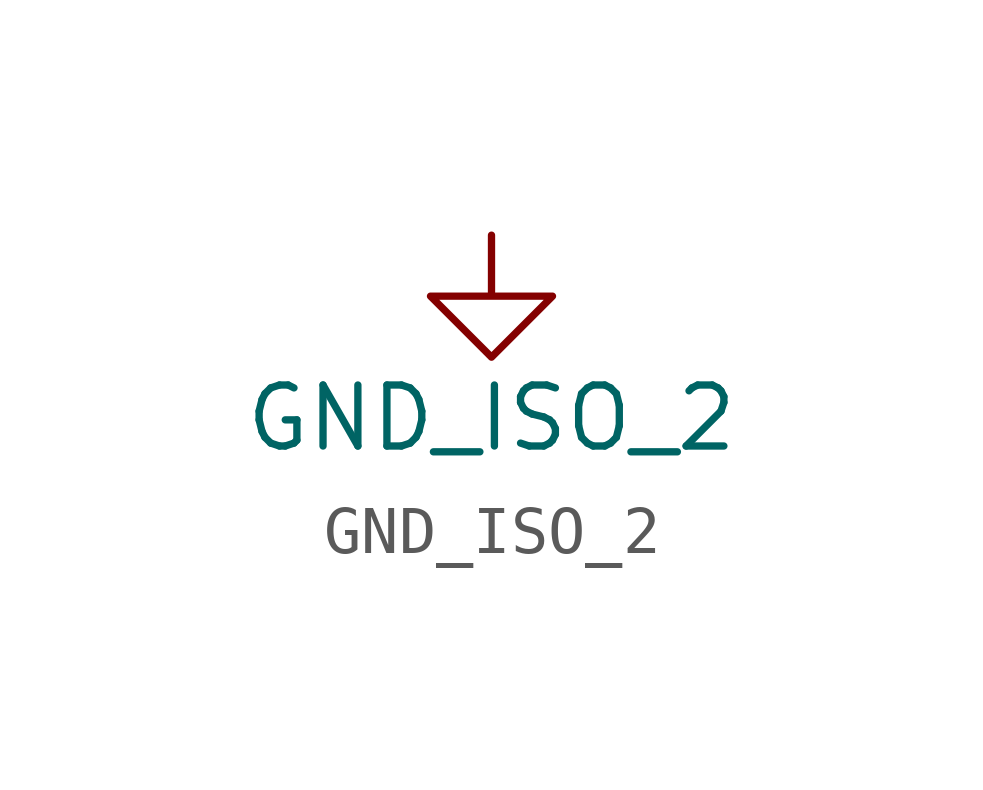
<source format=kicad_sym>
(kicad_symbol_lib
  (version 20220914)
  (generator kicad_symbol_editor)
  (symbol "GND_ISO_2"
    (power)
    (pin_names
      (offset 0))
    (property "Reference" "#PWR"
      (at 0 -6.35 0)
      (effects (font (size 1.27 1.27)) hide))
    (property "Value" "GND_ISO_2"
      (at 0 -3.81 0)
      (effects (font (size 1.27 1.27))))
    (symbol "GND_ISO_2_0_1"
      (polyline (pts (xy 0 0) (xy 0 -1.27) (xy 1.27 -1.27) (xy 0 -2.54) (xy -1.27 -1.27) (xy 0 -1.27)) (stroke (width 0) (type default)) (fill (type none))))
    (symbol "GND_ISO_2_1_1"
      (pin power_in line (at 0 0 0) (length 0) hide (name "GND_ISO_2" (effects (font (size 1.27 1.27)))) (number "1" (effects (font (size 1.27 1.27))))))))
</source>
